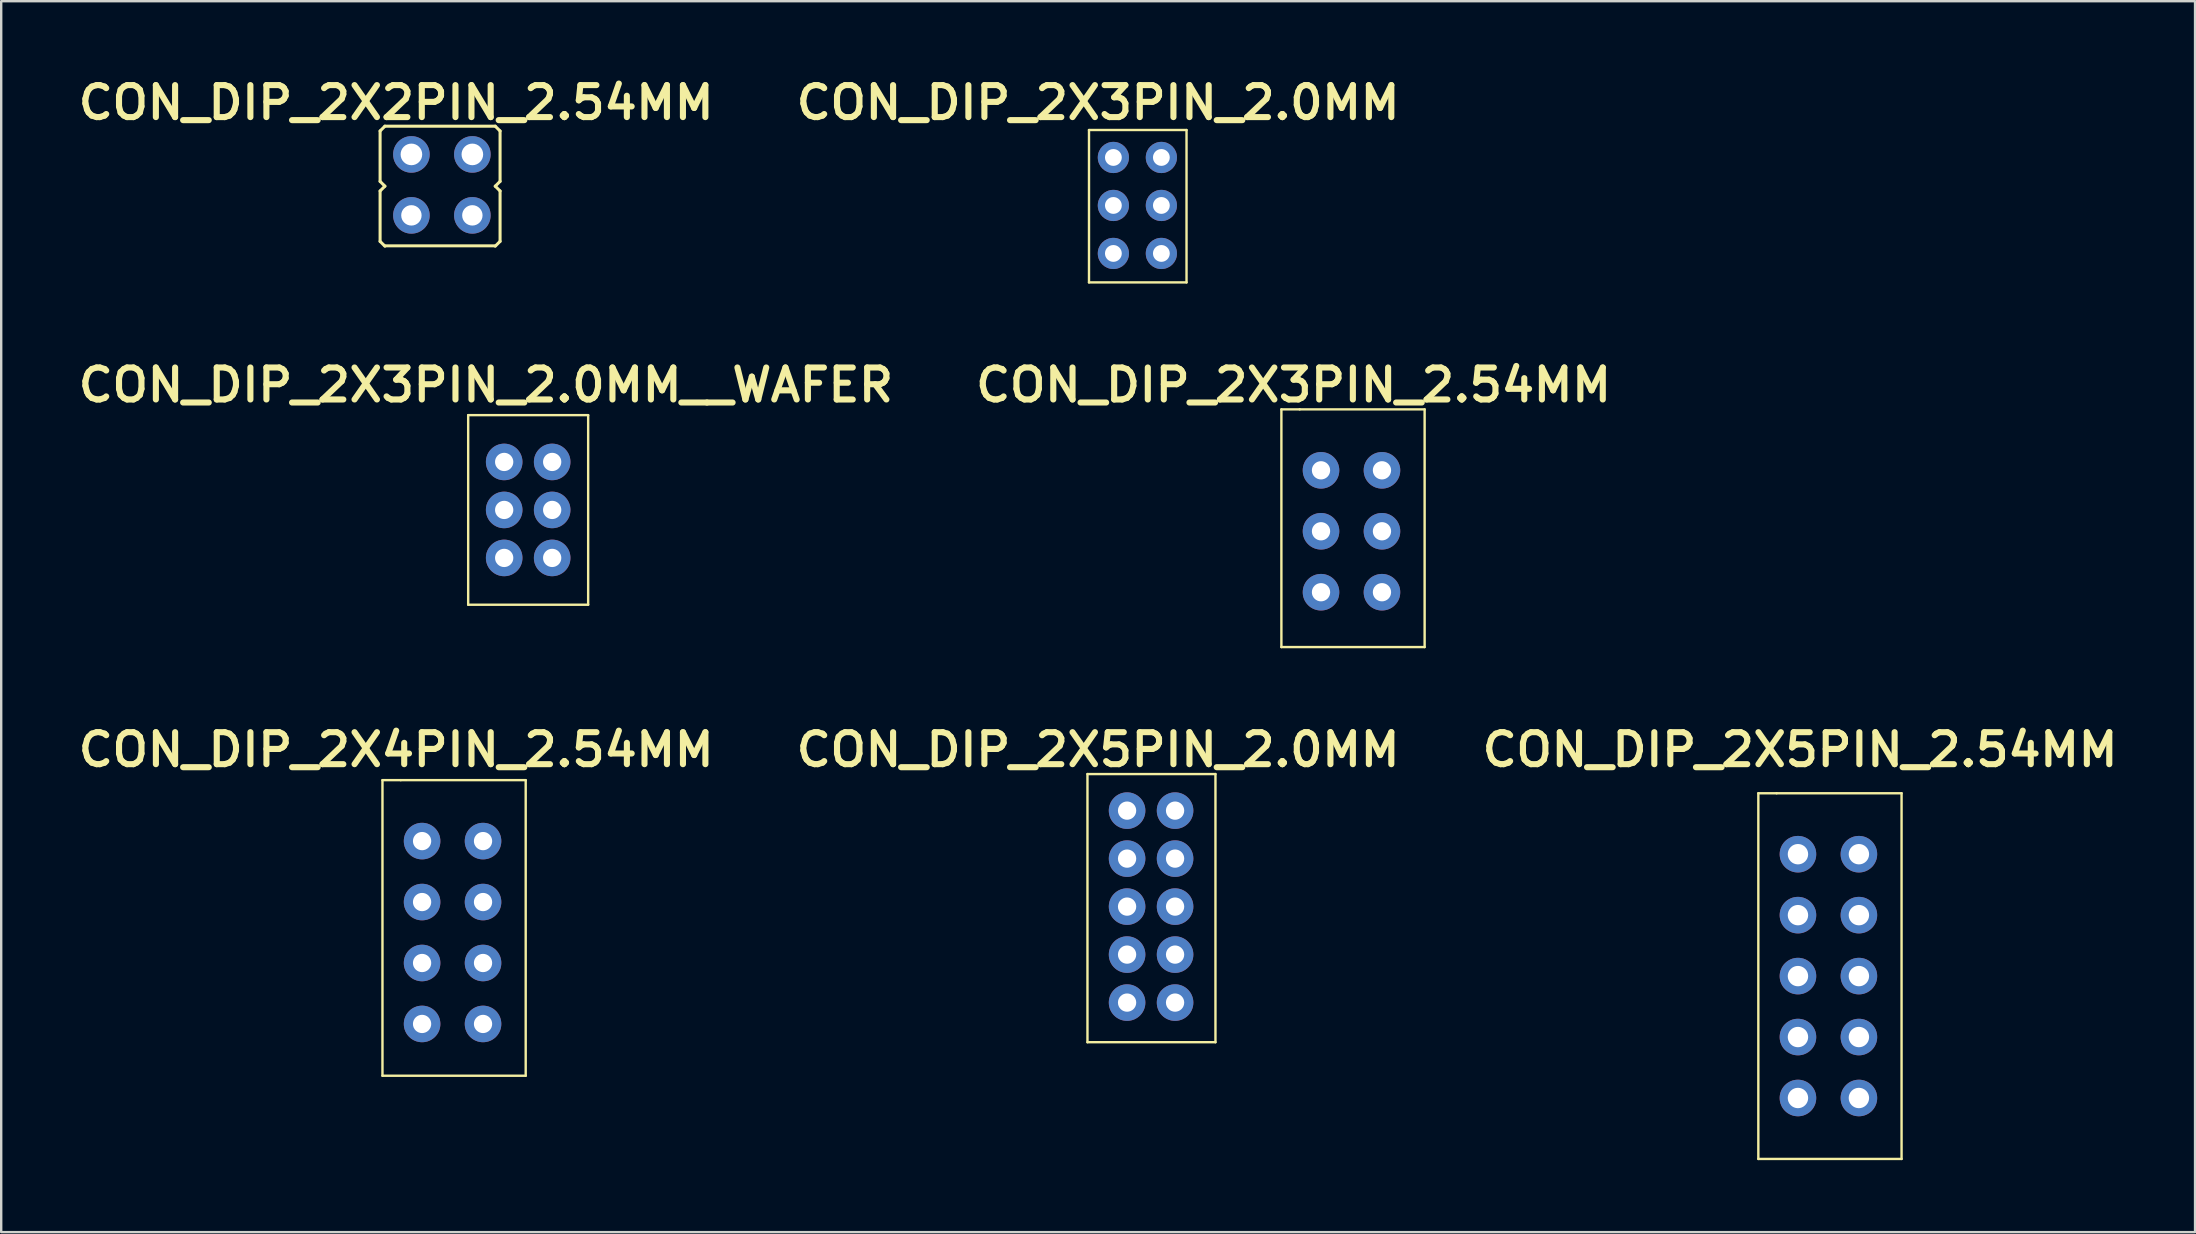
<source format=kicad_pcb>
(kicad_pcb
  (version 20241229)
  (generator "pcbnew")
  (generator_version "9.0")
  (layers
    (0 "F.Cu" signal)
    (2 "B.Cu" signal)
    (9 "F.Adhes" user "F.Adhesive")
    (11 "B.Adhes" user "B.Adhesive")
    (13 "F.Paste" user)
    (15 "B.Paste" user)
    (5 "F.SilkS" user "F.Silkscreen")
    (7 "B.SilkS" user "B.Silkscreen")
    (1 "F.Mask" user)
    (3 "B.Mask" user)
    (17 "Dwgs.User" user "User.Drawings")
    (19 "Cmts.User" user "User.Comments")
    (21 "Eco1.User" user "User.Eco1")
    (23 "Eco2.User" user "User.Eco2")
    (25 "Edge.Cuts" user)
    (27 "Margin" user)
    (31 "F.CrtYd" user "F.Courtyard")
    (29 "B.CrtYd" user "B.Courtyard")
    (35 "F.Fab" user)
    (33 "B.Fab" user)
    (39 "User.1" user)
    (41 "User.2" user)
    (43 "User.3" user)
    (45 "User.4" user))
  (footprint "CON_DIP_2X3PIN_2.0MM__WAFER"
    (layer "F.Cu")
    (at 17.961 18.201)
    (property "Reference" "CON_DIP_2X3PIN_2.0MM__WAFER" (at -0.762 -5.207 0) (unlocked yes) (layer "F.SilkS") (effects (font (size 1.333 1.402) (thickness 0.254))))
    (attr smd)
    (fp_line (start -1.5 -3.95) (end 3.5 -3.95) (stroke (width 0.1) (type solid)) (layer "F.SilkS"))
    (fp_line (start -1.5 3.95) (end -1.5 -3.95) (stroke (width 0.1) (type solid)) (layer "F.SilkS"))
    (fp_line (start -1.5 3.95) (end 3.5 3.95) (stroke (width 0.1) (type solid)) (layer "F.SilkS"))
    (fp_line (start 3.5 3.95) (end 3.5 -3.95) (stroke (width 0.1) (type solid)) (layer "F.SilkS"))
    (pad "1" thru_hole circle (at 0 -2) (size 1.524 1.524) (drill 0.762) (layers "*.Cu" "*.Mask"))
    (pad "2" thru_hole circle (at 2 -2) (size 1.524 1.524) (drill 0.762) (layers "*.Cu" "*.Mask"))
    (pad "3" thru_hole circle (at 0 0) (size 1.524 1.524) (drill 0.762) (layers "*.Cu" "*.Mask"))
    (pad "4" thru_hole circle (at 2 0) (size 1.524 1.524) (drill 0.762) (layers "*.Cu" "*.Mask"))
    (pad "5" thru_hole circle (at 0 2) (size 1.524 1.524) (drill 0.762) (layers "*.Cu" "*.Mask"))
    (pad "6" thru_hole circle (at 2 2) (size 1.524 1.524) (drill 0.762) (layers "*.Cu" "*.Mask")))
  (footprint "CON_DIP_2X3PIN_2.0MM"
    (layer "F.Cu")
    (at 43.349 3.512)
    (property "Reference" "CON_DIP_2X3PIN_2.0MM" (at -0.635 -2.286 0) (unlocked yes) (layer "F.SilkS") (effects (font (size 1.333 1.402) (thickness 0.254))))
    (attr smd)
    (fp_line (start -1.016 -1.143) (end 3.048 -1.143) (stroke (width 0.1) (type solid)) (layer "F.SilkS"))
    (fp_line (start -1.016 5.207) (end -1.016 -1.143) (stroke (width 0.1) (type solid)) (layer "F.SilkS"))
    (fp_line (start -1.016 5.207) (end 3.048 5.207) (stroke (width 0.1) (type solid)) (layer "F.SilkS"))
    (fp_line (start 3.048 5.207) (end 3.048 -1.143) (stroke (width 0.1) (type solid)) (layer "F.SilkS"))
    (pad "1" thru_hole circle (at 0 0) (size 1.3 1.3) (drill 0.7) (layers "*.Cu" "*.Mask"))
    (pad "2" thru_hole circle (at 2 0) (size 1.3 1.3) (drill 0.7) (layers "*.Cu" "*.Mask"))
    (pad "3" thru_hole circle (at 0 2) (size 1.3 1.3) (drill 0.7) (layers "*.Cu" "*.Mask"))
    (pad "4" thru_hole circle (at 2 2) (size 1.3 1.3) (drill 0.7) (layers "*.Cu" "*.Mask"))
    (pad "5" thru_hole circle (at 0 4) (size 1.3 1.3) (drill 0.7) (layers "*.Cu" "*.Mask"))
    (pad "6" thru_hole circle (at 2 4) (size 1.3 1.3) (drill 0.7) (layers "*.Cu" "*.Mask")))
  (footprint "CON_DIP_2X5PIN_2.0MM"
    (layer "F.Cu")
    (at 43.92 30.732)
    (property "Reference" "CON_DIP_2X5PIN_2.0MM" (at -1.206 -2.54 0) (unlocked yes) (layer "F.SilkS") (effects (font (size 1.333 1.402) (thickness 0.254))))
    (attr smd)
    (fp_line (start -1.651 -1.524) (end 3.683 -1.524) (stroke (width 0.1) (type solid)) (layer "F.SilkS"))
    (fp_line (start -1.651 9.652) (end -1.651 -1.524) (stroke (width 0.1) (type solid)) (layer "F.SilkS"))
    (fp_line (start -1.651 9.652) (end 3.683 9.652) (stroke (width 0.1) (type solid)) (layer "F.SilkS"))
    (fp_line (start 3.683 9.652) (end 3.683 -1.524) (stroke (width 0.1) (type solid)) (layer "F.SilkS"))
    (pad "1" thru_hole circle (at 0 0) (size 1.524 1.524) (drill 0.762) (layers "*.Cu" "*.Mask"))
    (pad "2" thru_hole circle (at 2 0) (size 1.524 1.524) (drill 0.762) (layers "*.Cu" "*.Mask"))
    (pad "3" thru_hole circle (at 0 2) (size 1.524 1.524) (drill 0.762) (layers "*.Cu" "*.Mask"))
    (pad "4" thru_hole circle (at 2 2) (size 1.524 1.524) (drill 0.762) (layers "*.Cu" "*.Mask"))
    (pad "5" thru_hole circle (at 0 4) (size 1.524 1.524) (drill 0.762) (layers "*.Cu" "*.Mask"))
    (pad "6" thru_hole circle (at 2 4) (size 1.524 1.524) (drill 0.762) (layers "*.Cu" "*.Mask"))
    (pad "7" thru_hole circle (at 0 6) (size 1.524 1.524) (drill 0.762) (layers "*.Cu" "*.Mask"))
    (pad "8" thru_hole circle (at 2 6) (size 1.524 1.524) (drill 0.762) (layers "*.Cu" "*.Mask"))
    (pad "9" thru_hole circle (at 0 8) (size 1.524 1.524) (drill 0.762) (layers "*.Cu" "*.Mask"))
    (pad "10" thru_hole circle (at 2 8) (size 1.524 1.524) (drill 0.762) (layers "*.Cu" "*.Mask")))
  (footprint "CON_DIP_2X2PIN_2.54MM"
    (layer "F.Cu")
    (at 14.603 5.417)
    (property "Reference" "CON_DIP_2X2PIN_2.54MM" (at -1.143 -4.191 0) (unlocked yes) (layer "F.SilkS") (effects (font (size 1.333 1.402) (thickness 0.254))))
    (attr smd)
    (fp_line (start -1.813 -3.008) (end -1.613 -3.208) (stroke (width 0.127) (type solid)) (layer "F.SilkS"))
    (fp_line (start -1.813 -0.908) (end -1.813 -3.008) (stroke (width 0.127) (type solid)) (layer "F.SilkS"))
    (fp_line (start -1.813 -0.908) (end -1.613 -0.708) (stroke (width 0.127) (type solid)) (layer "F.SilkS"))
    (fp_line (start -1.813 -0.508) (end -1.613 -0.708) (stroke (width 0.127) (type solid)) (layer "F.SilkS"))
    (fp_line (start -1.813 1.592) (end -1.813 -0.508) (stroke (width 0.127) (type solid)) (layer "F.SilkS"))
    (fp_line (start -1.813 1.592) (end -1.613 1.792) (stroke (width 0.127) (type solid)) (layer "F.SilkS"))
    (fp_line (start -1.613 -3.208) (end 2.986 -3.208) (stroke (width 0.127) (type solid)) (layer "F.SilkS"))
    (fp_line (start -1.613 1.778) (end 2.986 1.778) (stroke (width 0.127) (type solid)) (layer "F.SilkS"))
    (fp_line (start 2.986 -3.208) (end 3.187 -3.008) (stroke (width 0.127) (type solid)) (layer "F.SilkS"))
    (fp_line (start 2.986 -0.708) (end 3.187 -0.908) (stroke (width 0.127) (type solid)) (layer "F.SilkS"))
    (fp_line (start 2.986 -0.708) (end 3.187 -0.508) (stroke (width 0.127) (type solid)) (layer "F.SilkS"))
    (fp_line (start 2.986 1.792) (end 3.187 1.592) (stroke (width 0.127) (type solid)) (layer "F.SilkS"))
    (fp_line (start 3.187 -0.908) (end 3.187 -3.008) (stroke (width 0.127) (type solid)) (layer "F.SilkS"))
    (fp_line (start 3.187 1.592) (end 3.187 -0.508) (stroke (width 0.127) (type solid)) (layer "F.SilkS"))
    (pad "1" thru_hole circle (at -0.508 -2.032) (size 1.524 1.524) (drill 0.9) (layers "*.Cu" "*.Mask"))
    (pad "2" thru_hole circle (at 2.032 -2.032) (size 1.524 1.524) (drill 0.9) (layers "*.Cu" "*.Mask"))
    (pad "3" thru_hole circle (at -0.508 0.508) (size 1.524 1.524) (drill 0.85) (layers "*.Cu" "*.Mask"))
    (pad "4" thru_hole circle (at 2.032 0.508) (size 1.524 1.524) (drill 0.85) (layers "*.Cu" "*.Mask")))
  (footprint "CON_DIP_2X5PIN_2.54MM"
    (layer "F.Cu")
    (at 71.878 32.548)
    (property "Reference" "CON_DIP_2X5PIN_2.54MM" (at 0.089 -4.356 0) (unlocked yes) (layer "F.SilkS") (effects (font (size 1.333 1.402) (thickness 0.254))))
    (attr smd)
    (fp_line (start -1.651 -2.54) (end -0.889 -2.54) (stroke (width 0.1) (type solid)) (layer "F.SilkS"))
    (fp_line (start -1.651 12.7) (end -1.651 -2.54) (stroke (width 0.1) (type solid)) (layer "F.SilkS"))
    (fp_line (start -1.651 12.7) (end 4.318 12.7) (stroke (width 0.1) (type solid)) (layer "F.SilkS"))
    (fp_line (start -0.889 -2.54) (end 4.318 -2.54) (stroke (width 0.1) (type solid)) (layer "F.SilkS"))
    (fp_line (start 4.318 12.7) (end 4.318 -2.54) (stroke (width 0.1) (type solid)) (layer "F.SilkS"))
    (pad "1" thru_hole circle (at 0 0) (size 1.524 1.524) (drill 0.85) (layers "*.Cu" "*.Mask"))
    (pad "2" thru_hole circle (at 2.54 0) (size 1.524 1.524) (drill 0.85) (layers "*.Cu" "*.Mask"))
    (pad "3" thru_hole circle (at 0 2.54) (size 1.524 1.524) (drill 0.85) (layers "*.Cu" "*.Mask"))
    (pad "4" thru_hole circle (at 2.54 2.54) (size 1.524 1.524) (drill 0.85) (layers "*.Cu" "*.Mask"))
    (pad "5" thru_hole circle (at 0 5.08) (size 1.524 1.524) (drill 0.85) (layers "*.Cu" "*.Mask"))
    (pad "6" thru_hole circle (at 2.54 5.08) (size 1.524 1.524) (drill 0.85) (layers "*.Cu" "*.Mask"))
    (pad "7" thru_hole circle (at 0 7.62) (size 1.524 1.524) (drill 0.85) (layers "*.Cu" "*.Mask"))
    (pad "8" thru_hole circle (at 2.54 7.62) (size 1.524 1.524) (drill 0.85) (layers "*.Cu" "*.Mask"))
    (pad "9" thru_hole circle (at 0 10.16) (size 1.524 1.524) (drill 0.85) (layers "*.Cu" "*.Mask"))
    (pad "10" thru_hole circle (at 2.54 10.16) (size 1.524 1.524) (drill 0.85) (layers "*.Cu" "*.Mask")))
  (footprint "CON_DIP_2X4PIN_2.54MM"
    (layer "F.Cu")
    (at 14.54 39.622)
    (property "Reference" "CON_DIP_2X4PIN_2.54MM" (at -1.079 -11.43 0) (unlocked yes) (layer "F.SilkS") (effects (font (size 1.333 1.402) (thickness 0.254))))
    (attr smd)
    (fp_line (start -1.651 -10.16) (end -0.889 -10.16) (stroke (width 0.1) (type solid)) (layer "F.SilkS"))
    (fp_line (start -1.651 2.159) (end -1.651 -10.16) (stroke (width 0.1) (type solid)) (layer "F.SilkS"))
    (fp_line (start -1.651 2.159) (end 4.318 2.159) (stroke (width 0.1) (type solid)) (layer "F.SilkS"))
    (fp_line (start -0.889 -10.16) (end 4.318 -10.16) (stroke (width 0.1) (type solid)) (layer "F.SilkS"))
    (fp_line (start 4.318 2.159) (end 4.318 -10.16) (stroke (width 0.1) (type solid)) (layer "F.SilkS"))
    (pad "1" thru_hole circle (at 0 -7.62) (size 1.524 1.524) (drill 0.762) (layers "*.Cu" "*.Mask"))
    (pad "2" thru_hole circle (at 2.54 -7.62) (size 1.524 1.524) (drill 0.762) (layers "*.Cu" "*.Mask"))
    (pad "3" thru_hole circle (at 0 -5.08) (size 1.524 1.524) (drill 0.762) (layers "*.Cu" "*.Mask"))
    (pad "4" thru_hole circle (at 2.54 -5.08) (size 1.524 1.524) (drill 0.762) (layers "*.Cu" "*.Mask"))
    (pad "5" thru_hole circle (at 0 -2.54) (size 1.524 1.524) (drill 0.762) (layers "*.Cu" "*.Mask"))
    (pad "6" thru_hole circle (at 2.54 -2.54) (size 1.524 1.524) (drill 0.762) (layers "*.Cu" "*.Mask"))
    (pad "7" thru_hole circle (at 0 0) (size 1.524 1.524) (drill 0.762) (layers "*.Cu" "*.Mask"))
    (pad "8" thru_hole circle (at 2.54 0) (size 1.524 1.524) (drill 0.762) (layers "*.Cu" "*.Mask")))
  (footprint "CON_DIP_2X3PIN_2.54MM"
    (layer "F.Cu")
    (at 52.51 21.376)
    (property "Reference" "CON_DIP_2X3PIN_2.54MM" (at -1.651 -8.382 0) (unlocked yes) (layer "F.SilkS") (effects (font (size 1.333 1.402) (thickness 0.254))))
    (attr smd)
    (fp_line (start -2.159 -7.366) (end -1.397 -7.366) (stroke (width 0.1) (type solid)) (layer "F.SilkS"))
    (fp_line (start -2.159 2.54) (end -2.159 -7.366) (stroke (width 0.1) (type solid)) (layer "F.SilkS"))
    (fp_line (start -2.159 2.54) (end 3.81 2.54) (stroke (width 0.1) (type solid)) (layer "F.SilkS"))
    (fp_line (start -1.397 -7.366) (end 3.81 -7.366) (stroke (width 0.1) (type solid)) (layer "F.SilkS"))
    (fp_line (start 3.81 2.54) (end 3.81 -7.366) (stroke (width 0.1) (type solid)) (layer "F.SilkS"))
    (pad "1" thru_hole circle (at -0.508 -4.826) (size 1.524 1.524) (drill 0.762) (layers "*.Cu" "*.Mask"))
    (pad "2" thru_hole circle (at 2.032 -4.826) (size 1.524 1.524) (drill 0.762) (layers "*.Cu" "*.Mask"))
    (pad "3" thru_hole circle (at -0.508 -2.286) (size 1.524 1.524) (drill 0.762) (layers "*.Cu" "*.Mask"))
    (pad "4" thru_hole circle (at 2.032 -2.286) (size 1.524 1.524) (drill 0.762) (layers "*.Cu" "*.Mask"))
    (pad "5" thru_hole circle (at -0.508 0.254) (size 1.524 1.524) (drill 0.762) (layers "*.Cu" "*.Mask"))
    (pad "6" thru_hole circle (at 2.032 0.254) (size 1.524 1.524) (drill 0.762) (layers "*.Cu" "*.Mask")))
  (gr_rect
    (start -3 -3)
    (end 88.427 48.298)
    (stroke (width 0.1) (type default))
    (fill no)
    (layer "Edge.Cuts")))
</source>
